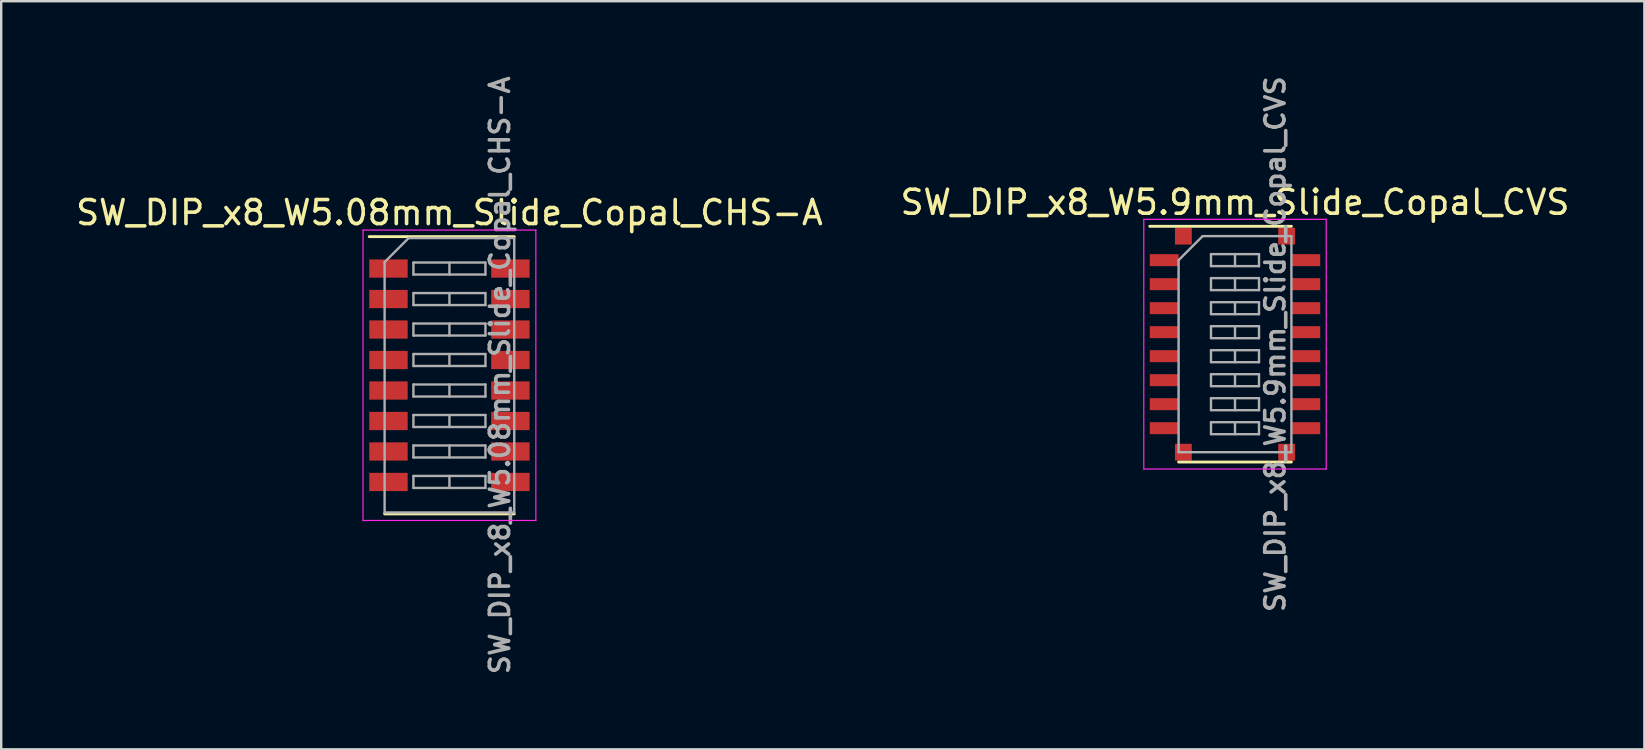
<source format=kicad_pcb>
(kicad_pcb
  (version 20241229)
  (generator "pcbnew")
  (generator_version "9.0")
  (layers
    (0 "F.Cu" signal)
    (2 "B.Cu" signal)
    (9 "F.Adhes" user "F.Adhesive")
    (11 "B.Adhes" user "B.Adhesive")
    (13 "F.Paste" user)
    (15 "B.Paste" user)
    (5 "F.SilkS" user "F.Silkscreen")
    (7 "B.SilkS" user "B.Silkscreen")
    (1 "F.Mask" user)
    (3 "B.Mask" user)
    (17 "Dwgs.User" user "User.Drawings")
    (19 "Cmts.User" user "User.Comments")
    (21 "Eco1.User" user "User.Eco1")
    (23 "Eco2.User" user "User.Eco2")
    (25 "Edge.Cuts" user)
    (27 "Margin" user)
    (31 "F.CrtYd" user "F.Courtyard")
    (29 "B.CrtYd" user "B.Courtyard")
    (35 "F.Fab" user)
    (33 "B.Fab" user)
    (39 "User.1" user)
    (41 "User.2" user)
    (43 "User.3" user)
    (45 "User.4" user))
  (footprint "SW_DIP_x8_W5.9mm_Slide_Copal_CVS"
    (layer "F.Cu")
    (at 48.399 11.288)
    (property "Reference" "SW_DIP_x8_W5.9mm_Slide_Copal_CVS" (at 0 -5.91 0) (layer "F.SilkS") (effects (font (size 1 1) (thickness 0.15))))
    (attr smd)
    (fp_line (start -3.55 -4.91) (end 2.35 -4.91) (stroke (width 0.12) (type solid)) (layer "F.SilkS"))
    (fp_line (start -2.35 4.91) (end 2.35 4.91) (stroke (width 0.12) (type solid)) (layer "F.SilkS"))
    (fp_line (start -3.8 -5.2) (end -3.8 5.2) (stroke (width 0.05) (type solid)) (layer "F.CrtYd"))
    (fp_line (start -3.8 5.2) (end 3.8 5.2) (stroke (width 0.05) (type solid)) (layer "F.CrtYd"))
    (fp_line (start 3.8 -5.2) (end -3.8 -5.2) (stroke (width 0.05) (type solid)) (layer "F.CrtYd"))
    (fp_line (start 3.8 5.2) (end 3.8 -5.2) (stroke (width 0.05) (type solid)) (layer "F.CrtYd"))
    (fp_line (start -2.35 -3.5) (end -1.35 -4.5) (stroke (width 0.1) (type solid)) (layer "F.Fab"))
    (fp_line (start -2.35 4.5) (end -2.35 -3.5) (stroke (width 0.1) (type solid)) (layer "F.Fab"))
    (fp_line (start -1.35 -4.5) (end 2.35 -4.5) (stroke (width 0.1) (type solid)) (layer "F.Fab"))
    (fp_line (start -1 -3.75) (end -1 -3.25) (stroke (width 0.1) (type solid)) (layer "F.Fab"))
    (fp_line (start -1 -3.25) (end 1 -3.25) (stroke (width 0.1) (type solid)) (layer "F.Fab"))
    (fp_line (start -1 -2.75) (end -1 -2.25) (stroke (width 0.1) (type solid)) (layer "F.Fab"))
    (fp_line (start -1 -2.25) (end 1 -2.25) (stroke (width 0.1) (type solid)) (layer "F.Fab"))
    (fp_line (start -1 -1.75) (end -1 -1.25) (stroke (width 0.1) (type solid)) (layer "F.Fab"))
    (fp_line (start -1 -1.25) (end 1 -1.25) (stroke (width 0.1) (type solid)) (layer "F.Fab"))
    (fp_line (start -1 -0.75) (end -1 -0.25) (stroke (width 0.1) (type solid)) (layer "F.Fab"))
    (fp_line (start -1 -0.25) (end 1 -0.25) (stroke (width 0.1) (type solid)) (layer "F.Fab"))
    (fp_line (start -1 0.25) (end -1 0.75) (stroke (width 0.1) (type solid)) (layer "F.Fab"))
    (fp_line (start -1 0.75) (end 1 0.75) (stroke (width 0.1) (type solid)) (layer "F.Fab"))
    (fp_line (start -1 1.25) (end -1 1.75) (stroke (width 0.1) (type solid)) (layer "F.Fab"))
    (fp_line (start -1 1.75) (end 1 1.75) (stroke (width 0.1) (type solid)) (layer "F.Fab"))
    (fp_line (start -1 2.25) (end -1 2.75) (stroke (width 0.1) (type solid)) (layer "F.Fab"))
    (fp_line (start -1 2.75) (end 1 2.75) (stroke (width 0.1) (type solid)) (layer "F.Fab"))
    (fp_line (start -1 3.25) (end -1 3.75) (stroke (width 0.1) (type solid)) (layer "F.Fab"))
    (fp_line (start -1 3.75) (end 1 3.75) (stroke (width 0.1) (type solid)) (layer "F.Fab"))
    (fp_line (start 0 -3.75) (end 0 -3.25) (stroke (width 0.1) (type solid)) (layer "F.Fab"))
    (fp_line (start 0 -2.75) (end 0 -2.25) (stroke (width 0.1) (type solid)) (layer "F.Fab"))
    (fp_line (start 0 -1.75) (end 0 -1.25) (stroke (width 0.1) (type solid)) (layer "F.Fab"))
    (fp_line (start 0 -0.75) (end 0 -0.25) (stroke (width 0.1) (type solid)) (layer "F.Fab"))
    (fp_line (start 0 0.25) (end 0 0.75) (stroke (width 0.1) (type solid)) (layer "F.Fab"))
    (fp_line (start 0 1.25) (end 0 1.75) (stroke (width 0.1) (type solid)) (layer "F.Fab"))
    (fp_line (start 0 2.25) (end 0 2.75) (stroke (width 0.1) (type solid)) (layer "F.Fab"))
    (fp_line (start 0 3.25) (end 0 3.75) (stroke (width 0.1) (type solid)) (layer "F.Fab"))
    (fp_line (start 1 -3.75) (end -1 -3.75) (stroke (width 0.1) (type solid)) (layer "F.Fab"))
    (fp_line (start 1 -3.25) (end 1 -3.75) (stroke (width 0.1) (type solid)) (layer "F.Fab"))
    (fp_line (start 1 -2.75) (end -1 -2.75) (stroke (width 0.1) (type solid)) (layer "F.Fab"))
    (fp_line (start 1 -2.25) (end 1 -2.75) (stroke (width 0.1) (type solid)) (layer "F.Fab"))
    (fp_line (start 1 -1.75) (end -1 -1.75) (stroke (width 0.1) (type solid)) (layer "F.Fab"))
    (fp_line (start 1 -1.25) (end 1 -1.75) (stroke (width 0.1) (type solid)) (layer "F.Fab"))
    (fp_line (start 1 -0.75) (end -1 -0.75) (stroke (width 0.1) (type solid)) (layer "F.Fab"))
    (fp_line (start 1 -0.25) (end 1 -0.75) (stroke (width 0.1) (type solid)) (layer "F.Fab"))
    (fp_line (start 1 0.25) (end -1 0.25) (stroke (width 0.1) (type solid)) (layer "F.Fab"))
    (fp_line (start 1 0.75) (end 1 0.25) (stroke (width 0.1) (type solid)) (layer "F.Fab"))
    (fp_line (start 1 1.25) (end -1 1.25) (stroke (width 0.1) (type solid)) (layer "F.Fab"))
    (fp_line (start 1 1.75) (end 1 1.25) (stroke (width 0.1) (type solid)) (layer "F.Fab"))
    (fp_line (start 1 2.25) (end -1 2.25) (stroke (width 0.1) (type solid)) (layer "F.Fab"))
    (fp_line (start 1 2.75) (end 1 2.25) (stroke (width 0.1) (type solid)) (layer "F.Fab"))
    (fp_line (start 1 3.25) (end -1 3.25) (stroke (width 0.1) (type solid)) (layer "F.Fab"))
    (fp_line (start 1 3.75) (end 1 3.25) (stroke (width 0.1) (type solid)) (layer "F.Fab"))
    (fp_line (start 2.35 -4.5) (end 2.35 4.5) (stroke (width 0.1) (type solid)) (layer "F.Fab"))
    (fp_line (start 2.35 4.5) (end -2.35 4.5) (stroke (width 0.1) (type solid)) (layer "F.Fab"))
    (fp_text user "${REFERENCE}" (at 1.675 0 90) (layer "F.Fab") (effects (font (size 0.8 0.8) (thickness 0.15))))
    (pad "1" smd rect (at -2.95 -3.5) (size 1.2 0.5) (layers "F.Cu" "F.Mask" "F.Paste"))
    (pad "2" smd rect (at -2.95 -2.5) (size 1.2 0.5) (layers "F.Cu" "F.Mask" "F.Paste"))
    (pad "3" smd rect (at -2.95 -1.5) (size 1.2 0.5) (layers "F.Cu" "F.Mask" "F.Paste"))
    (pad "4" smd rect (at -2.95 -0.5) (size 1.2 0.5) (layers "F.Cu" "F.Mask" "F.Paste"))
    (pad "5" smd rect (at -2.95 0.5) (size 1.2 0.5) (layers "F.Cu" "F.Mask" "F.Paste"))
    (pad "6" smd rect (at -2.95 1.5) (size 1.2 0.5) (layers "F.Cu" "F.Mask" "F.Paste"))
    (pad "7" smd rect (at -2.95 2.5) (size 1.2 0.5) (layers "F.Cu" "F.Mask" "F.Paste"))
    (pad "8" smd rect (at -2.95 3.5) (size 1.2 0.5) (layers "F.Cu" "F.Mask" "F.Paste"))
    (pad "9" smd rect (at 2.95 3.5) (size 1.2 0.5) (layers "F.Cu" "F.Mask" "F.Paste"))
    (pad "10" smd rect (at 2.95 2.5) (size 1.2 0.5) (layers "F.Cu" "F.Mask" "F.Paste"))
    (pad "11" smd rect (at 2.95 1.5) (size 1.2 0.5) (layers "F.Cu" "F.Mask" "F.Paste"))
    (pad "12" smd rect (at 2.95 0.5) (size 1.2 0.5) (layers "F.Cu" "F.Mask" "F.Paste"))
    (pad "13" smd rect (at 2.95 -0.5) (size 1.2 0.5) (layers "F.Cu" "F.Mask" "F.Paste"))
    (pad "14" smd rect (at 2.95 -1.5) (size 1.2 0.5) (layers "F.Cu" "F.Mask" "F.Paste"))
    (pad "15" smd rect (at 2.95 -2.5) (size 1.2 0.5) (layers "F.Cu" "F.Mask" "F.Paste"))
    (pad "16" smd rect (at 2.95 -3.5) (size 1.2 0.5) (layers "F.Cu" "F.Mask" "F.Paste"))
    (pad "17" smd rect (at -2.15 -4.5) (size 0.7 0.7) (layers "F.Cu" "F.Mask" "F.Paste"))
    (pad "17" smd rect (at -2.15 4.5) (size 0.7 0.7) (layers "F.Cu" "F.Mask" "F.Paste"))
    (pad "17" smd rect (at 2.15 -4.5) (size 0.7 0.7) (layers "F.Cu" "F.Mask" "F.Paste"))
    (pad "17" smd rect (at 2.15 4.5) (size 0.7 0.7) (layers "F.Cu" "F.Mask" "F.Paste")))
  (footprint "SW_DIP_x8_W5.08mm_Slide_Copal_CHS-A"
    (layer "F.Cu")
    (at 15.673 12.583)
    (property "Reference" "SW_DIP_x8_W5.08mm_Slide_Copal_CHS-A" (at 0 -6.775 0) (layer "F.SilkS") (effects (font (size 1 1) (thickness 0.15))))
    (attr smd)
    (fp_line (start -3.34 -5.775) (end 2.7 -5.775) (stroke (width 0.12) (type solid)) (layer "F.SilkS"))
    (fp_line (start -2.7 5.775) (end 2.7 5.775) (stroke (width 0.12) (type solid)) (layer "F.SilkS"))
    (fp_line (start -3.6 -6.05) (end -3.6 6.05) (stroke (width 0.05) (type solid)) (layer "F.CrtYd"))
    (fp_line (start -3.6 6.05) (end 3.6 6.05) (stroke (width 0.05) (type solid)) (layer "F.CrtYd"))
    (fp_line (start 3.6 -6.05) (end -3.6 -6.05) (stroke (width 0.05) (type solid)) (layer "F.CrtYd"))
    (fp_line (start 3.6 6.05) (end 3.6 -6.05) (stroke (width 0.05) (type solid)) (layer "F.CrtYd"))
    (fp_line (start -2.7 -4.715) (end -1.7 -5.715) (stroke (width 0.1) (type solid)) (layer "F.Fab"))
    (fp_line (start -2.7 5.715) (end -2.7 -4.715) (stroke (width 0.1) (type solid)) (layer "F.Fab"))
    (fp_line (start -1.7 -5.715) (end 2.7 -5.715) (stroke (width 0.1) (type solid)) (layer "F.Fab"))
    (fp_line (start -1.5 -4.695) (end -1.5 -4.195) (stroke (width 0.1) (type solid)) (layer "F.Fab"))
    (fp_line (start -1.5 -4.195) (end 1.5 -4.195) (stroke (width 0.1) (type solid)) (layer "F.Fab"))
    (fp_line (start -1.5 -3.425) (end -1.5 -2.925) (stroke (width 0.1) (type solid)) (layer "F.Fab"))
    (fp_line (start -1.5 -2.925) (end 1.5 -2.925) (stroke (width 0.1) (type solid)) (layer "F.Fab"))
    (fp_line (start -1.5 -2.155) (end -1.5 -1.655) (stroke (width 0.1) (type solid)) (layer "F.Fab"))
    (fp_line (start -1.5 -1.655) (end 1.5 -1.655) (stroke (width 0.1) (type solid)) (layer "F.Fab"))
    (fp_line (start -1.5 -0.885) (end -1.5 -0.385) (stroke (width 0.1) (type solid)) (layer "F.Fab"))
    (fp_line (start -1.5 -0.385) (end 1.5 -0.385) (stroke (width 0.1) (type solid)) (layer "F.Fab"))
    (fp_line (start -1.5 0.385) (end -1.5 0.885) (stroke (width 0.1) (type solid)) (layer "F.Fab"))
    (fp_line (start -1.5 0.885) (end 1.5 0.885) (stroke (width 0.1) (type solid)) (layer "F.Fab"))
    (fp_line (start -1.5 1.655) (end -1.5 2.155) (stroke (width 0.1) (type solid)) (layer "F.Fab"))
    (fp_line (start -1.5 2.155) (end 1.5 2.155) (stroke (width 0.1) (type solid)) (layer "F.Fab"))
    (fp_line (start -1.5 2.925) (end -1.5 3.425) (stroke (width 0.1) (type solid)) (layer "F.Fab"))
    (fp_line (start -1.5 3.425) (end 1.5 3.425) (stroke (width 0.1) (type solid)) (layer "F.Fab"))
    (fp_line (start -1.5 4.195) (end -1.5 4.695) (stroke (width 0.1) (type solid)) (layer "F.Fab"))
    (fp_line (start -1.5 4.695) (end 1.5 4.695) (stroke (width 0.1) (type solid)) (layer "F.Fab"))
    (fp_line (start 0 -4.695) (end 0 -4.195) (stroke (width 0.1) (type solid)) (layer "F.Fab"))
    (fp_line (start 0 -3.425) (end 0 -2.925) (stroke (width 0.1) (type solid)) (layer "F.Fab"))
    (fp_line (start 0 -2.155) (end 0 -1.655) (stroke (width 0.1) (type solid)) (layer "F.Fab"))
    (fp_line (start 0 -0.885) (end 0 -0.385) (stroke (width 0.1) (type solid)) (layer "F.Fab"))
    (fp_line (start 0 0.385) (end 0 0.885) (stroke (width 0.1) (type solid)) (layer "F.Fab"))
    (fp_line (start 0 1.655) (end 0 2.155) (stroke (width 0.1) (type solid)) (layer "F.Fab"))
    (fp_line (start 0 2.925) (end 0 3.425) (stroke (width 0.1) (type solid)) (layer "F.Fab"))
    (fp_line (start 0 4.195) (end 0 4.695) (stroke (width 0.1) (type solid)) (layer "F.Fab"))
    (fp_line (start 1.5 -4.695) (end -1.5 -4.695) (stroke (width 0.1) (type solid)) (layer "F.Fab"))
    (fp_line (start 1.5 -4.195) (end 1.5 -4.695) (stroke (width 0.1) (type solid)) (layer "F.Fab"))
    (fp_line (start 1.5 -3.425) (end -1.5 -3.425) (stroke (width 0.1) (type solid)) (layer "F.Fab"))
    (fp_line (start 1.5 -2.925) (end 1.5 -3.425) (stroke (width 0.1) (type solid)) (layer "F.Fab"))
    (fp_line (start 1.5 -2.155) (end -1.5 -2.155) (stroke (width 0.1) (type solid)) (layer "F.Fab"))
    (fp_line (start 1.5 -1.655) (end 1.5 -2.155) (stroke (width 0.1) (type solid)) (layer "F.Fab"))
    (fp_line (start 1.5 -0.885) (end -1.5 -0.885) (stroke (width 0.1) (type solid)) (layer "F.Fab"))
    (fp_line (start 1.5 -0.385) (end 1.5 -0.885) (stroke (width 0.1) (type solid)) (layer "F.Fab"))
    (fp_line (start 1.5 0.385) (end -1.5 0.385) (stroke (width 0.1) (type solid)) (layer "F.Fab"))
    (fp_line (start 1.5 0.885) (end 1.5 0.385) (stroke (width 0.1) (type solid)) (layer "F.Fab"))
    (fp_line (start 1.5 1.655) (end -1.5 1.655) (stroke (width 0.1) (type solid)) (layer "F.Fab"))
    (fp_line (start 1.5 2.155) (end 1.5 1.655) (stroke (width 0.1) (type solid)) (layer "F.Fab"))
    (fp_line (start 1.5 2.925) (end -1.5 2.925) (stroke (width 0.1) (type solid)) (layer "F.Fab"))
    (fp_line (start 1.5 3.425) (end 1.5 2.925) (stroke (width 0.1) (type solid)) (layer "F.Fab"))
    (fp_line (start 1.5 4.195) (end -1.5 4.195) (stroke (width 0.1) (type solid)) (layer "F.Fab"))
    (fp_line (start 1.5 4.695) (end 1.5 4.195) (stroke (width 0.1) (type solid)) (layer "F.Fab"))
    (fp_line (start 2.7 -5.715) (end 2.7 5.715) (stroke (width 0.1) (type solid)) (layer "F.Fab"))
    (fp_line (start 2.7 5.715) (end -2.7 5.715) (stroke (width 0.1) (type solid)) (layer "F.Fab"))
    (fp_text user "${REFERENCE}" (at 2.1 0 90) (layer "F.Fab") (effects (font (size 0.8 0.8) (thickness 0.15))))
    (pad "1" smd rect (at -2.54 -4.445) (size 1.6 0.76) (layers "F.Cu" "F.Mask" "F.Paste"))
    (pad "2" smd rect (at -2.54 -3.175) (size 1.6 0.76) (layers "F.Cu" "F.Mask" "F.Paste"))
    (pad "3" smd rect (at -2.54 -1.905) (size 1.6 0.76) (layers "F.Cu" "F.Mask" "F.Paste"))
    (pad "4" smd rect (at -2.54 -0.635) (size 1.6 0.76) (layers "F.Cu" "F.Mask" "F.Paste"))
    (pad "5" smd rect (at -2.54 0.635) (size 1.6 0.76) (layers "F.Cu" "F.Mask" "F.Paste"))
    (pad "6" smd rect (at -2.54 1.905) (size 1.6 0.76) (layers "F.Cu" "F.Mask" "F.Paste"))
    (pad "7" smd rect (at -2.54 3.175) (size 1.6 0.76) (layers "F.Cu" "F.Mask" "F.Paste"))
    (pad "8" smd rect (at -2.54 4.445) (size 1.6 0.76) (layers "F.Cu" "F.Mask" "F.Paste"))
    (pad "9" smd rect (at 2.54 4.445) (size 1.6 0.76) (layers "F.Cu" "F.Mask" "F.Paste"))
    (pad "10" smd rect (at 2.54 3.175) (size 1.6 0.76) (layers "F.Cu" "F.Mask" "F.Paste"))
    (pad "11" smd rect (at 2.54 1.905) (size 1.6 0.76) (layers "F.Cu" "F.Mask" "F.Paste"))
    (pad "12" smd rect (at 2.54 0.635) (size 1.6 0.76) (layers "F.Cu" "F.Mask" "F.Paste"))
    (pad "13" smd rect (at 2.54 -0.635) (size 1.6 0.76) (layers "F.Cu" "F.Mask" "F.Paste"))
    (pad "14" smd rect (at 2.54 -1.905) (size 1.6 0.76) (layers "F.Cu" "F.Mask" "F.Paste"))
    (pad "15" smd rect (at 2.54 -3.175) (size 1.6 0.76) (layers "F.Cu" "F.Mask" "F.Paste"))
    (pad "16" smd rect (at 2.54 -4.445) (size 1.6 0.76) (layers "F.Cu" "F.Mask" "F.Paste")))
  (gr_rect
    (start -3 -3)
    (end 65.452 28.166)
    (stroke (width 0.1) (type default))
    (fill no)
    (layer "Edge.Cuts")))
</source>
